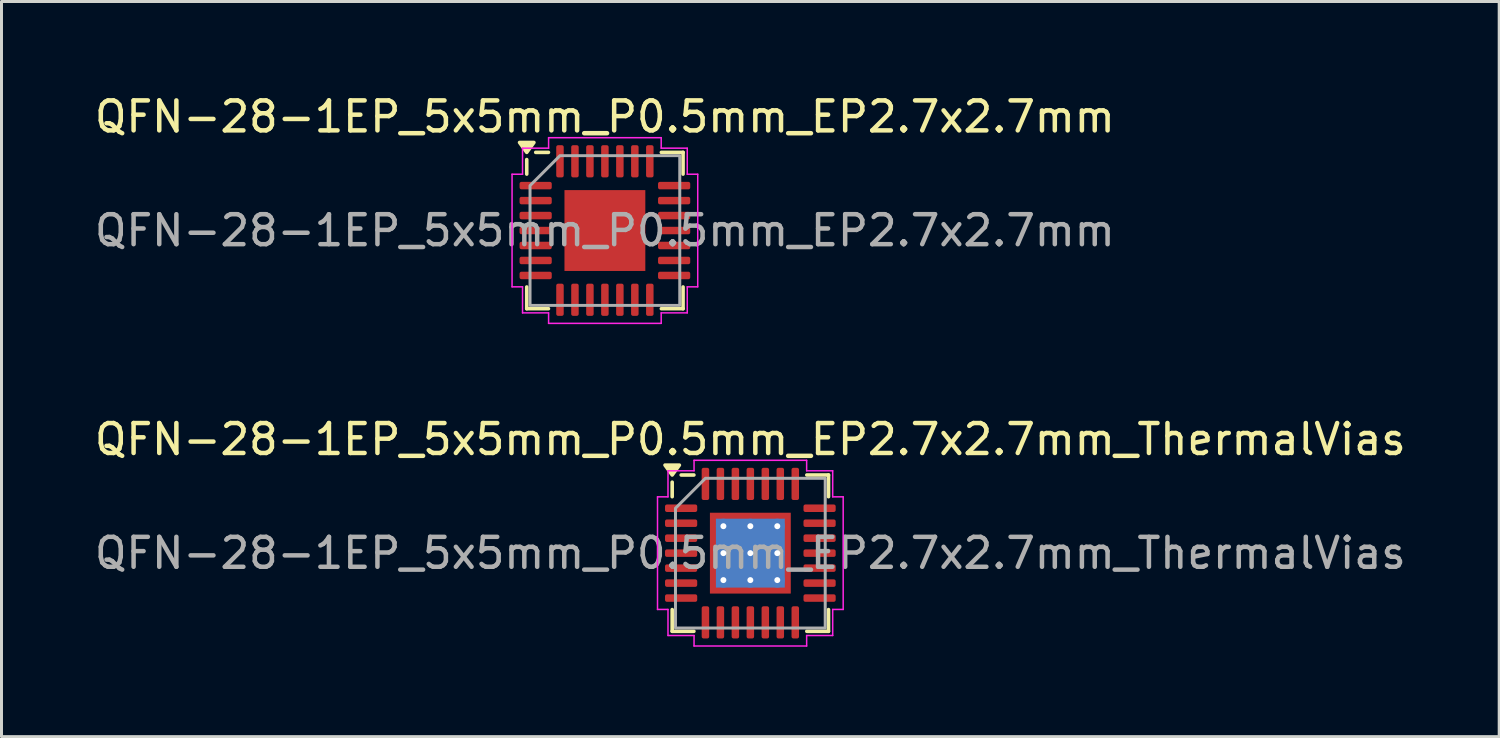
<source format=kicad_pcb>
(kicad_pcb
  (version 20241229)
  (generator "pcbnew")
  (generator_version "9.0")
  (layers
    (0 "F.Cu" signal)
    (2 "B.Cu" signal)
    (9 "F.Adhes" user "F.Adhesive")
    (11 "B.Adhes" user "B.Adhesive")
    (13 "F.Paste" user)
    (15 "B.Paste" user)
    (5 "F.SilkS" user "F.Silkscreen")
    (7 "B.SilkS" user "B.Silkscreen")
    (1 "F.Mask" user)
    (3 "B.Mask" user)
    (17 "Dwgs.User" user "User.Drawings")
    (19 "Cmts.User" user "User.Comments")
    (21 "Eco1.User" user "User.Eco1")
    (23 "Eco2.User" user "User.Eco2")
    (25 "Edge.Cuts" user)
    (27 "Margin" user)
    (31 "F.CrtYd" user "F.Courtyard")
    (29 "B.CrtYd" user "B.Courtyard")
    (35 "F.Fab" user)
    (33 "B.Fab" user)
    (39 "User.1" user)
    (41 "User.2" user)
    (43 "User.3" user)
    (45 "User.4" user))
  (footprint "QFN-28-1EP_5x5mm_P0.5mm_EP2.7x2.7mm_ThermalVias"
    (layer "F.Cu")
    (at 22.006 15.421)
    (property "Reference" "QFN-28-1EP_5x5mm_P0.5mm_EP2.7x2.7mm_ThermalVias" (at 0 -3.8 0) (layer "F.SilkS") (effects (font (size 1 1) (thickness 0.15))))
    (attr smd)
    (fp_line (start -2.61 -1.885) (end -2.61 -2.37) (stroke (width 0.12) (type solid)) (layer "F.SilkS"))
    (fp_line (start -2.61 2.61) (end -2.61 1.885) (stroke (width 0.12) (type solid)) (layer "F.SilkS"))
    (fp_line (start -1.885 -2.61) (end -2.31 -2.61) (stroke (width 0.12) (type solid)) (layer "F.SilkS"))
    (fp_line (start -1.885 2.61) (end -2.61 2.61) (stroke (width 0.12) (type solid)) (layer "F.SilkS"))
    (fp_line (start 1.885 -2.61) (end 2.61 -2.61) (stroke (width 0.12) (type solid)) (layer "F.SilkS"))
    (fp_line (start 1.885 2.61) (end 2.61 2.61) (stroke (width 0.12) (type solid)) (layer "F.SilkS"))
    (fp_line (start 2.61 -2.61) (end 2.61 -1.885) (stroke (width 0.12) (type solid)) (layer "F.SilkS"))
    (fp_line (start 2.61 2.61) (end 2.61 1.885) (stroke (width 0.12) (type solid)) (layer "F.SilkS"))
    (fp_poly (pts (xy -2.61 -2.61) (xy -2.85 -2.94) (xy -2.37 -2.94)) (stroke (width 0.12) (type solid)) (fill yes) (layer "F.SilkS"))
    (fp_line (start -3.1 -1.88) (end -2.75 -1.88) (stroke (width 0.05) (type solid)) (layer "F.CrtYd"))
    (fp_line (start -3.1 1.88) (end -3.1 -1.88) (stroke (width 0.05) (type solid)) (layer "F.CrtYd"))
    (fp_line (start -2.75 -2.75) (end -1.88 -2.75) (stroke (width 0.05) (type solid)) (layer "F.CrtYd"))
    (fp_line (start -2.75 -1.88) (end -2.75 -2.75) (stroke (width 0.05) (type solid)) (layer "F.CrtYd"))
    (fp_line (start -2.75 1.88) (end -3.1 1.88) (stroke (width 0.05) (type solid)) (layer "F.CrtYd"))
    (fp_line (start -2.75 2.75) (end -2.75 1.88) (stroke (width 0.05) (type solid)) (layer "F.CrtYd"))
    (fp_line (start -1.88 -3.1) (end 1.88 -3.1) (stroke (width 0.05) (type solid)) (layer "F.CrtYd"))
    (fp_line (start -1.88 -2.75) (end -1.88 -3.1) (stroke (width 0.05) (type solid)) (layer "F.CrtYd"))
    (fp_line (start -1.88 2.75) (end -2.75 2.75) (stroke (width 0.05) (type solid)) (layer "F.CrtYd"))
    (fp_line (start -1.88 3.1) (end -1.88 2.75) (stroke (width 0.05) (type solid)) (layer "F.CrtYd"))
    (fp_line (start 1.88 -3.1) (end 1.88 -2.75) (stroke (width 0.05) (type solid)) (layer "F.CrtYd"))
    (fp_line (start 1.88 -2.75) (end 2.75 -2.75) (stroke (width 0.05) (type solid)) (layer "F.CrtYd"))
    (fp_line (start 1.88 2.75) (end 1.88 3.1) (stroke (width 0.05) (type solid)) (layer "F.CrtYd"))
    (fp_line (start 1.88 3.1) (end -1.88 3.1) (stroke (width 0.05) (type solid)) (layer "F.CrtYd"))
    (fp_line (start 2.75 -2.75) (end 2.75 -1.88) (stroke (width 0.05) (type solid)) (layer "F.CrtYd"))
    (fp_line (start 2.75 -1.88) (end 3.1 -1.88) (stroke (width 0.05) (type solid)) (layer "F.CrtYd"))
    (fp_line (start 2.75 1.88) (end 2.75 2.75) (stroke (width 0.05) (type solid)) (layer "F.CrtYd"))
    (fp_line (start 2.75 2.75) (end 1.88 2.75) (stroke (width 0.05) (type solid)) (layer "F.CrtYd"))
    (fp_line (start 3.1 -1.88) (end 3.1 1.88) (stroke (width 0.05) (type solid)) (layer "F.CrtYd"))
    (fp_line (start 3.1 1.88) (end 2.75 1.88) (stroke (width 0.05) (type solid)) (layer "F.CrtYd"))
    (fp_poly (pts (xy -2.5 -1.5) (xy -2.5 2.5) (xy 2.5 2.5) (xy 2.5 -2.5) (xy -1.5 -2.5)) (stroke (width 0.1) (type solid)) (fill no) (layer "F.Fab"))
    (fp_text user "${REFERENCE}" (at 0 0 0) (layer "F.Fab") (effects (font (size 1 1) (thickness 0.15))))
    (pad "" smd roundrect (at -0.675 -0.675) (size 1.09 1.09) (layers "F.Paste") (roundrect_rratio 0.229))
    (pad "" smd roundrect (at -0.675 0.675) (size 1.09 1.09) (layers "F.Paste") (roundrect_rratio 0.229))
    (pad "" smd roundrect (at 0.675 -0.675) (size 1.09 1.09) (layers "F.Paste") (roundrect_rratio 0.229))
    (pad "" smd roundrect (at 0.675 0.675) (size 1.09 1.09) (layers "F.Paste") (roundrect_rratio 0.229))
    (pad "1" smd roundrect (at -2.312 -1.5) (size 1.075 0.25) (layers "F.Cu" "F.Mask" "F.Paste") (roundrect_rratio 0.25))
    (pad "2" smd roundrect (at -2.312 -1) (size 1.075 0.25) (layers "F.Cu" "F.Mask" "F.Paste") (roundrect_rratio 0.25))
    (pad "3" smd roundrect (at -2.312 -0.5) (size 1.075 0.25) (layers "F.Cu" "F.Mask" "F.Paste") (roundrect_rratio 0.25))
    (pad "4" smd roundrect (at -2.312 0) (size 1.075 0.25) (layers "F.Cu" "F.Mask" "F.Paste") (roundrect_rratio 0.25))
    (pad "5" smd roundrect (at -2.312 0.5) (size 1.075 0.25) (layers "F.Cu" "F.Mask" "F.Paste") (roundrect_rratio 0.25))
    (pad "6" smd roundrect (at -2.312 1) (size 1.075 0.25) (layers "F.Cu" "F.Mask" "F.Paste") (roundrect_rratio 0.25))
    (pad "7" smd roundrect (at -2.312 1.5) (size 1.075 0.25) (layers "F.Cu" "F.Mask" "F.Paste") (roundrect_rratio 0.25))
    (pad "8" smd roundrect (at -1.5 2.312) (size 0.25 1.075) (layers "F.Cu" "F.Mask" "F.Paste") (roundrect_rratio 0.25))
    (pad "9" smd roundrect (at -1 2.312) (size 0.25 1.075) (layers "F.Cu" "F.Mask" "F.Paste") (roundrect_rratio 0.25))
    (pad "10" smd roundrect (at -0.5 2.312) (size 0.25 1.075) (layers "F.Cu" "F.Mask" "F.Paste") (roundrect_rratio 0.25))
    (pad "11" smd roundrect (at 0 2.312) (size 0.25 1.075) (layers "F.Cu" "F.Mask" "F.Paste") (roundrect_rratio 0.25))
    (pad "12" smd roundrect (at 0.5 2.312) (size 0.25 1.075) (layers "F.Cu" "F.Mask" "F.Paste") (roundrect_rratio 0.25))
    (pad "13" smd roundrect (at 1 2.312) (size 0.25 1.075) (layers "F.Cu" "F.Mask" "F.Paste") (roundrect_rratio 0.25))
    (pad "14" smd roundrect (at 1.5 2.312) (size 0.25 1.075) (layers "F.Cu" "F.Mask" "F.Paste") (roundrect_rratio 0.25))
    (pad "15" smd roundrect (at 2.312 1.5) (size 1.075 0.25) (layers "F.Cu" "F.Mask" "F.Paste") (roundrect_rratio 0.25))
    (pad "16" smd roundrect (at 2.312 1) (size 1.075 0.25) (layers "F.Cu" "F.Mask" "F.Paste") (roundrect_rratio 0.25))
    (pad "17" smd roundrect (at 2.312 0.5) (size 1.075 0.25) (layers "F.Cu" "F.Mask" "F.Paste") (roundrect_rratio 0.25))
    (pad "18" smd roundrect (at 2.312 0) (size 1.075 0.25) (layers "F.Cu" "F.Mask" "F.Paste") (roundrect_rratio 0.25))
    (pad "19" smd roundrect (at 2.312 -0.5) (size 1.075 0.25) (layers "F.Cu" "F.Mask" "F.Paste") (roundrect_rratio 0.25))
    (pad "20" smd roundrect (at 2.312 -1) (size 1.075 0.25) (layers "F.Cu" "F.Mask" "F.Paste") (roundrect_rratio 0.25))
    (pad "21" smd roundrect (at 2.312 -1.5) (size 1.075 0.25) (layers "F.Cu" "F.Mask" "F.Paste") (roundrect_rratio 0.25))
    (pad "22" smd roundrect (at 1.5 -2.312) (size 0.25 1.075) (layers "F.Cu" "F.Mask" "F.Paste") (roundrect_rratio 0.25))
    (pad "23" smd roundrect (at 1 -2.312) (size 0.25 1.075) (layers "F.Cu" "F.Mask" "F.Paste") (roundrect_rratio 0.25))
    (pad "24" smd roundrect (at 0.5 -2.312) (size 0.25 1.075) (layers "F.Cu" "F.Mask" "F.Paste") (roundrect_rratio 0.25))
    (pad "25" smd roundrect (at 0 -2.312) (size 0.25 1.075) (layers "F.Cu" "F.Mask" "F.Paste") (roundrect_rratio 0.25))
    (pad "26" smd roundrect (at -0.5 -2.312) (size 0.25 1.075) (layers "F.Cu" "F.Mask" "F.Paste") (roundrect_rratio 0.25))
    (pad "27" smd roundrect (at -1 -2.312) (size 0.25 1.075) (layers "F.Cu" "F.Mask" "F.Paste") (roundrect_rratio 0.25))
    (pad "28" smd roundrect (at -1.5 -2.312) (size 0.25 1.075) (layers "F.Cu" "F.Mask" "F.Paste") (roundrect_rratio 0.25))
    (pad "29" thru_hole circle (at -0.9 -0.9) (size 0.5 0.5) (drill 0.2) (property pad_prop_heatsink) (layers "*.Cu"))
    (pad "29" thru_hole circle (at -0.9 0) (size 0.5 0.5) (drill 0.2) (property pad_prop_heatsink) (layers "*.Cu"))
    (pad "29" thru_hole circle (at -0.9 0.9) (size 0.5 0.5) (drill 0.2) (property pad_prop_heatsink) (layers "*.Cu"))
    (pad "29" thru_hole circle (at 0 -0.9) (size 0.5 0.5) (drill 0.2) (property pad_prop_heatsink) (layers "*.Cu"))
    (pad "29" thru_hole circle (at 0 0) (size 0.5 0.5) (drill 0.2) (property pad_prop_heatsink) (layers "*.Cu"))
    (pad "29" smd rect (at 0 0) (size 2.3 2.3) (property pad_prop_heatsink) (layers "B.Cu"))
    (pad "29" smd rect (at 0 0) (size 2.7 2.7) (property pad_prop_heatsink) (layers "F.Cu" "F.Mask"))
    (pad "29" thru_hole circle (at 0 0.9) (size 0.5 0.5) (drill 0.2) (property pad_prop_heatsink) (layers "*.Cu"))
    (pad "29" thru_hole circle (at 0.9 -0.9) (size 0.5 0.5) (drill 0.2) (property pad_prop_heatsink) (layers "*.Cu"))
    (pad "29" thru_hole circle (at 0.9 0) (size 0.5 0.5) (drill 0.2) (property pad_prop_heatsink) (layers "*.Cu"))
    (pad "29" thru_hole circle (at 0.9 0.9) (size 0.5 0.5) (drill 0.2) (property pad_prop_heatsink) (layers "*.Cu")))
  (footprint "QFN-28-1EP_5x5mm_P0.5mm_EP2.7x2.7mm"
    (layer "F.Cu")
    (at 17.149 4.648)
    (property "Reference" "QFN-28-1EP_5x5mm_P0.5mm_EP2.7x2.7mm" (at 0 -3.8 0) (layer "F.SilkS") (effects (font (size 1 1) (thickness 0.15))))
    (attr smd)
    (fp_line (start -2.61 -1.885) (end -2.61 -2.37) (stroke (width 0.12) (type solid)) (layer "F.SilkS"))
    (fp_line (start -2.61 2.61) (end -2.61 1.885) (stroke (width 0.12) (type solid)) (layer "F.SilkS"))
    (fp_line (start -1.885 -2.61) (end -2.31 -2.61) (stroke (width 0.12) (type solid)) (layer "F.SilkS"))
    (fp_line (start -1.885 2.61) (end -2.61 2.61) (stroke (width 0.12) (type solid)) (layer "F.SilkS"))
    (fp_line (start 1.885 -2.61) (end 2.61 -2.61) (stroke (width 0.12) (type solid)) (layer "F.SilkS"))
    (fp_line (start 1.885 2.61) (end 2.61 2.61) (stroke (width 0.12) (type solid)) (layer "F.SilkS"))
    (fp_line (start 2.61 -2.61) (end 2.61 -1.885) (stroke (width 0.12) (type solid)) (layer "F.SilkS"))
    (fp_line (start 2.61 2.61) (end 2.61 1.885) (stroke (width 0.12) (type solid)) (layer "F.SilkS"))
    (fp_poly (pts (xy -2.61 -2.61) (xy -2.85 -2.94) (xy -2.37 -2.94)) (stroke (width 0.12) (type solid)) (fill yes) (layer "F.SilkS"))
    (fp_line (start -3.1 -1.88) (end -2.75 -1.88) (stroke (width 0.05) (type solid)) (layer "F.CrtYd"))
    (fp_line (start -3.1 1.88) (end -3.1 -1.88) (stroke (width 0.05) (type solid)) (layer "F.CrtYd"))
    (fp_line (start -2.75 -2.75) (end -1.88 -2.75) (stroke (width 0.05) (type solid)) (layer "F.CrtYd"))
    (fp_line (start -2.75 -1.88) (end -2.75 -2.75) (stroke (width 0.05) (type solid)) (layer "F.CrtYd"))
    (fp_line (start -2.75 1.88) (end -3.1 1.88) (stroke (width 0.05) (type solid)) (layer "F.CrtYd"))
    (fp_line (start -2.75 2.75) (end -2.75 1.88) (stroke (width 0.05) (type solid)) (layer "F.CrtYd"))
    (fp_line (start -1.88 -3.1) (end 1.88 -3.1) (stroke (width 0.05) (type solid)) (layer "F.CrtYd"))
    (fp_line (start -1.88 -2.75) (end -1.88 -3.1) (stroke (width 0.05) (type solid)) (layer "F.CrtYd"))
    (fp_line (start -1.88 2.75) (end -2.75 2.75) (stroke (width 0.05) (type solid)) (layer "F.CrtYd"))
    (fp_line (start -1.88 3.1) (end -1.88 2.75) (stroke (width 0.05) (type solid)) (layer "F.CrtYd"))
    (fp_line (start 1.88 -3.1) (end 1.88 -2.75) (stroke (width 0.05) (type solid)) (layer "F.CrtYd"))
    (fp_line (start 1.88 -2.75) (end 2.75 -2.75) (stroke (width 0.05) (type solid)) (layer "F.CrtYd"))
    (fp_line (start 1.88 2.75) (end 1.88 3.1) (stroke (width 0.05) (type solid)) (layer "F.CrtYd"))
    (fp_line (start 1.88 3.1) (end -1.88 3.1) (stroke (width 0.05) (type solid)) (layer "F.CrtYd"))
    (fp_line (start 2.75 -2.75) (end 2.75 -1.88) (stroke (width 0.05) (type solid)) (layer "F.CrtYd"))
    (fp_line (start 2.75 -1.88) (end 3.1 -1.88) (stroke (width 0.05) (type solid)) (layer "F.CrtYd"))
    (fp_line (start 2.75 1.88) (end 2.75 2.75) (stroke (width 0.05) (type solid)) (layer "F.CrtYd"))
    (fp_line (start 2.75 2.75) (end 1.88 2.75) (stroke (width 0.05) (type solid)) (layer "F.CrtYd"))
    (fp_line (start 3.1 -1.88) (end 3.1 1.88) (stroke (width 0.05) (type solid)) (layer "F.CrtYd"))
    (fp_line (start 3.1 1.88) (end 2.75 1.88) (stroke (width 0.05) (type solid)) (layer "F.CrtYd"))
    (fp_poly (pts (xy -2.5 -1.5) (xy -2.5 2.5) (xy 2.5 2.5) (xy 2.5 -2.5) (xy -1.5 -2.5)) (stroke (width 0.1) (type solid)) (fill no) (layer "F.Fab"))
    (fp_text user "${REFERENCE}" (at 0 0 0) (layer "F.Fab") (effects (font (size 1 1) (thickness 0.15))))
    (pad "" smd roundrect (at -0.9 -0.9) (size 0.73 0.73) (layers "F.Paste") (roundrect_rratio 0.25))
    (pad "" smd roundrect (at -0.9 0) (size 0.73 0.73) (layers "F.Paste") (roundrect_rratio 0.25))
    (pad "" smd roundrect (at -0.9 0.9) (size 0.73 0.73) (layers "F.Paste") (roundrect_rratio 0.25))
    (pad "" smd roundrect (at 0 -0.9) (size 0.73 0.73) (layers "F.Paste") (roundrect_rratio 0.25))
    (pad "" smd roundrect (at 0 0) (size 0.73 0.73) (layers "F.Paste") (roundrect_rratio 0.25))
    (pad "" smd roundrect (at 0 0.9) (size 0.73 0.73) (layers "F.Paste") (roundrect_rratio 0.25))
    (pad "" smd roundrect (at 0.9 -0.9) (size 0.73 0.73) (layers "F.Paste") (roundrect_rratio 0.25))
    (pad "" smd roundrect (at 0.9 0) (size 0.73 0.73) (layers "F.Paste") (roundrect_rratio 0.25))
    (pad "" smd roundrect (at 0.9 0.9) (size 0.73 0.73) (layers "F.Paste") (roundrect_rratio 0.25))
    (pad "1" smd roundrect (at -2.312 -1.5) (size 1.075 0.25) (layers "F.Cu" "F.Mask" "F.Paste") (roundrect_rratio 0.25))
    (pad "2" smd roundrect (at -2.312 -1) (size 1.075 0.25) (layers "F.Cu" "F.Mask" "F.Paste") (roundrect_rratio 0.25))
    (pad "3" smd roundrect (at -2.312 -0.5) (size 1.075 0.25) (layers "F.Cu" "F.Mask" "F.Paste") (roundrect_rratio 0.25))
    (pad "4" smd roundrect (at -2.312 0) (size 1.075 0.25) (layers "F.Cu" "F.Mask" "F.Paste") (roundrect_rratio 0.25))
    (pad "5" smd roundrect (at -2.312 0.5) (size 1.075 0.25) (layers "F.Cu" "F.Mask" "F.Paste") (roundrect_rratio 0.25))
    (pad "6" smd roundrect (at -2.312 1) (size 1.075 0.25) (layers "F.Cu" "F.Mask" "F.Paste") (roundrect_rratio 0.25))
    (pad "7" smd roundrect (at -2.312 1.5) (size 1.075 0.25) (layers "F.Cu" "F.Mask" "F.Paste") (roundrect_rratio 0.25))
    (pad "8" smd roundrect (at -1.5 2.312) (size 0.25 1.075) (layers "F.Cu" "F.Mask" "F.Paste") (roundrect_rratio 0.25))
    (pad "9" smd roundrect (at -1 2.312) (size 0.25 1.075) (layers "F.Cu" "F.Mask" "F.Paste") (roundrect_rratio 0.25))
    (pad "10" smd roundrect (at -0.5 2.312) (size 0.25 1.075) (layers "F.Cu" "F.Mask" "F.Paste") (roundrect_rratio 0.25))
    (pad "11" smd roundrect (at 0 2.312) (size 0.25 1.075) (layers "F.Cu" "F.Mask" "F.Paste") (roundrect_rratio 0.25))
    (pad "12" smd roundrect (at 0.5 2.312) (size 0.25 1.075) (layers "F.Cu" "F.Mask" "F.Paste") (roundrect_rratio 0.25))
    (pad "13" smd roundrect (at 1 2.312) (size 0.25 1.075) (layers "F.Cu" "F.Mask" "F.Paste") (roundrect_rratio 0.25))
    (pad "14" smd roundrect (at 1.5 2.312) (size 0.25 1.075) (layers "F.Cu" "F.Mask" "F.Paste") (roundrect_rratio 0.25))
    (pad "15" smd roundrect (at 2.312 1.5) (size 1.075 0.25) (layers "F.Cu" "F.Mask" "F.Paste") (roundrect_rratio 0.25))
    (pad "16" smd roundrect (at 2.312 1) (size 1.075 0.25) (layers "F.Cu" "F.Mask" "F.Paste") (roundrect_rratio 0.25))
    (pad "17" smd roundrect (at 2.312 0.5) (size 1.075 0.25) (layers "F.Cu" "F.Mask" "F.Paste") (roundrect_rratio 0.25))
    (pad "18" smd roundrect (at 2.312 0) (size 1.075 0.25) (layers "F.Cu" "F.Mask" "F.Paste") (roundrect_rratio 0.25))
    (pad "19" smd roundrect (at 2.312 -0.5) (size 1.075 0.25) (layers "F.Cu" "F.Mask" "F.Paste") (roundrect_rratio 0.25))
    (pad "20" smd roundrect (at 2.312 -1) (size 1.075 0.25) (layers "F.Cu" "F.Mask" "F.Paste") (roundrect_rratio 0.25))
    (pad "21" smd roundrect (at 2.312 -1.5) (size 1.075 0.25) (layers "F.Cu" "F.Mask" "F.Paste") (roundrect_rratio 0.25))
    (pad "22" smd roundrect (at 1.5 -2.312) (size 0.25 1.075) (layers "F.Cu" "F.Mask" "F.Paste") (roundrect_rratio 0.25))
    (pad "23" smd roundrect (at 1 -2.312) (size 0.25 1.075) (layers "F.Cu" "F.Mask" "F.Paste") (roundrect_rratio 0.25))
    (pad "24" smd roundrect (at 0.5 -2.312) (size 0.25 1.075) (layers "F.Cu" "F.Mask" "F.Paste") (roundrect_rratio 0.25))
    (pad "25" smd roundrect (at 0 -2.312) (size 0.25 1.075) (layers "F.Cu" "F.Mask" "F.Paste") (roundrect_rratio 0.25))
    (pad "26" smd roundrect (at -0.5 -2.312) (size 0.25 1.075) (layers "F.Cu" "F.Mask" "F.Paste") (roundrect_rratio 0.25))
    (pad "27" smd roundrect (at -1 -2.312) (size 0.25 1.075) (layers "F.Cu" "F.Mask" "F.Paste") (roundrect_rratio 0.25))
    (pad "28" smd roundrect (at -1.5 -2.312) (size 0.25 1.075) (layers "F.Cu" "F.Mask" "F.Paste") (roundrect_rratio 0.25))
    (pad "29" smd rect (at 0 0) (size 2.7 2.7) (property pad_prop_heatsink) (layers "F.Cu" "F.Mask")))
  (gr_rect
    (start -3 -3)
    (end 47.012 21.547)
    (stroke (width 0.1) (type default))
    (fill no)
    (layer "Edge.Cuts")))
</source>
